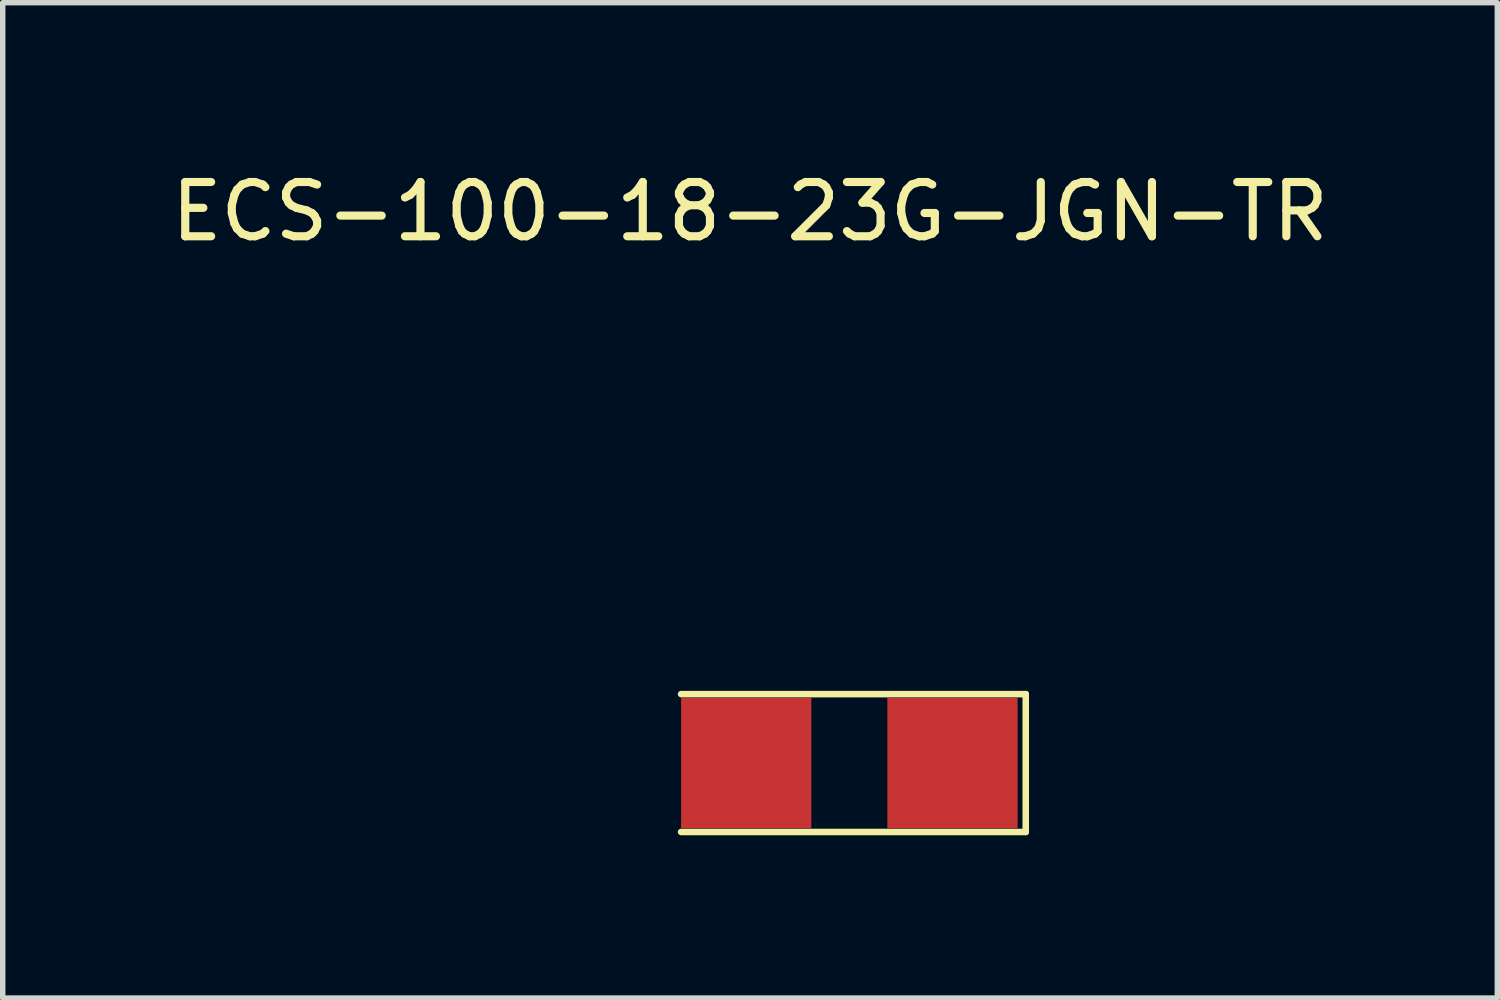
<source format=kicad_pcb>
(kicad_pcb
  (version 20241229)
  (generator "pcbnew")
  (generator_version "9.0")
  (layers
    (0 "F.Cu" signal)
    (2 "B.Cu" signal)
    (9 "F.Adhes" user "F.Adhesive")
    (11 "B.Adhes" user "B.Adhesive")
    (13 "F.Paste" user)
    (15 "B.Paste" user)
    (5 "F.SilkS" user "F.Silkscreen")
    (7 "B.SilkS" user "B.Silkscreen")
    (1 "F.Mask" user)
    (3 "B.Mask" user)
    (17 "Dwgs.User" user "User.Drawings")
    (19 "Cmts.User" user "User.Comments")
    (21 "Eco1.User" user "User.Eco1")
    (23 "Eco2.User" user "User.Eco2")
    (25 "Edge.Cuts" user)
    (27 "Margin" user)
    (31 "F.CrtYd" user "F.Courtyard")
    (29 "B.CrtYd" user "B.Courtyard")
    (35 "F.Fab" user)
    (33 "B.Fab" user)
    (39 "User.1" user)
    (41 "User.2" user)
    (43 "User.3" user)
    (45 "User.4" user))
  (footprint "ECS-100-18-23G-JGN-TR"
    (layer "F.Cu")
    (at 9.498 11.008)
    (property "Reference" "ECS-100-18-23G-JGN-TR" (at 1.27 -10.16 0) (layer "F.SilkS") (effects (font (size 1 1) (thickness 0.15))))
    (attr through_hole)
    (fp_line (start 0 1.27) (end 6.35 1.27) (stroke (width 0.12) (type solid)) (layer "F.SilkS"))
    (fp_line (start 6.35 -1.27) (end 0 -1.27) (stroke (width 0.12) (type solid)) (layer "F.SilkS"))
    (fp_line (start 6.35 1.27) (end 6.35 -1.27) (stroke (width 0.12) (type solid)) (layer "F.SilkS"))
    (pad "1" smd rect (at 1.2 0) (size 2.4 2.4) (layers "F.Cu" "F.Mask" "F.Paste"))
    (pad "2" smd rect (at 5 0) (size 2.4 2.4) (layers "F.Cu" "F.Mask" "F.Paste")))
  (gr_rect
    (start -3 -3)
    (end 24.536 15.338)
    (stroke (width 0.1) (type default))
    (fill no)
    (layer "Edge.Cuts")))
</source>
